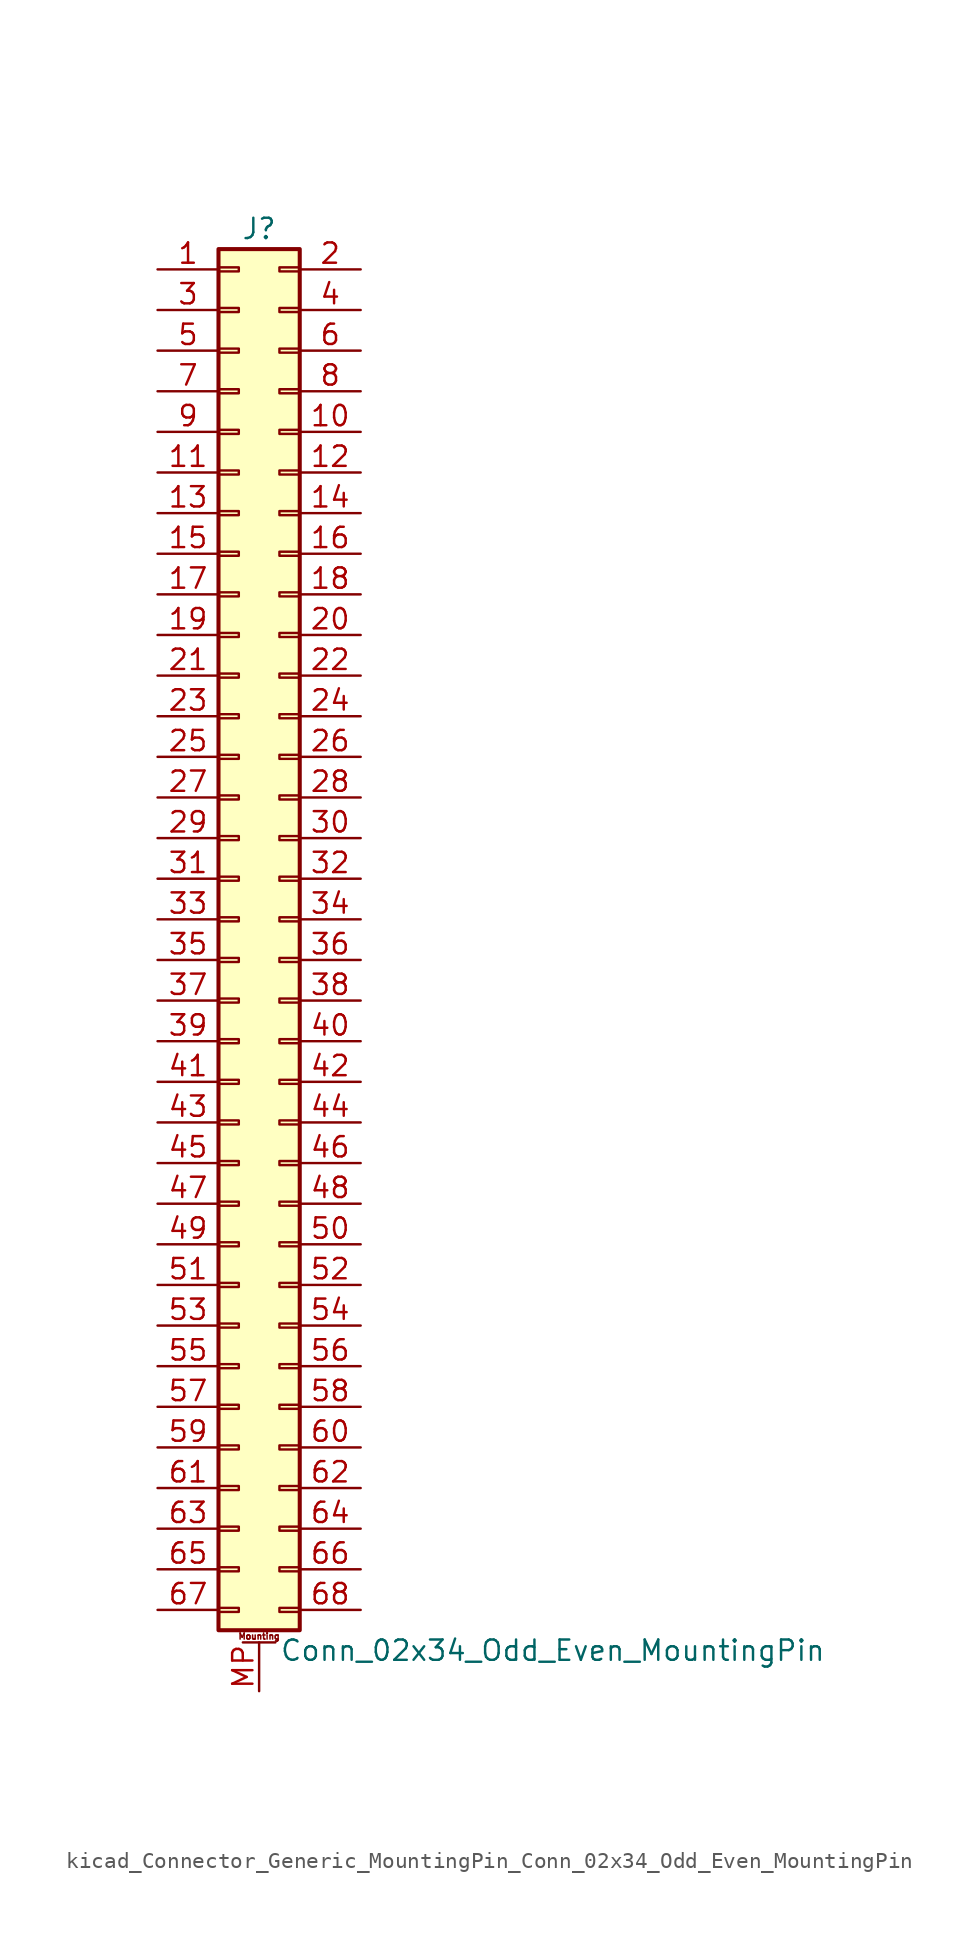
<source format=kicad_sym>
(kicad_symbol_lib
  (version 20220914)
  (generator kicad_symbol_editor)
  (symbol "kicad_Connector_Generic_MountingPin_Conn_02x34_Odd_Even_MountingPin"
    (pin_names
      (offset 1.016) hide)
    (property "Reference" "J"
      (at 1.27 43.18 0)
      (effects (font (size 1.27 1.27))))
    (property "Value" "Conn_02x34_Odd_Even_MountingPin"
      (at 2.54 -45.72 0)
      (effects (font (size 1.27 1.27)) (justify left)))
    (symbol "kicad_Connector_Generic_MountingPin_Conn_02x34_Odd_Even_MountingPin_1_1"
      (rectangle (start -1.27 -43.053) (end 0 -43.307) (stroke (width 0.152) (type default)) (fill (type none)))
      (rectangle (start -1.27 -40.513) (end 0 -40.767) (stroke (width 0.152) (type default)) (fill (type none)))
      (rectangle (start -1.27 -37.973) (end 0 -38.227) (stroke (width 0.152) (type default)) (fill (type none)))
      (rectangle (start -1.27 -35.433) (end 0 -35.687) (stroke (width 0.152) (type default)) (fill (type none)))
      (rectangle (start -1.27 -32.893) (end 0 -33.147) (stroke (width 0.152) (type default)) (fill (type none)))
      (rectangle (start -1.27 -30.353) (end 0 -30.607) (stroke (width 0.152) (type default)) (fill (type none)))
      (rectangle (start -1.27 -27.813) (end 0 -28.067) (stroke (width 0.152) (type default)) (fill (type none)))
      (rectangle (start -1.27 -25.273) (end 0 -25.527) (stroke (width 0.152) (type default)) (fill (type none)))
      (rectangle (start -1.27 -22.733) (end 0 -22.987) (stroke (width 0.152) (type default)) (fill (type none)))
      (rectangle (start -1.27 -20.193) (end 0 -20.447) (stroke (width 0.152) (type default)) (fill (type none)))
      (rectangle (start -1.27 -17.653) (end 0 -17.907) (stroke (width 0.152) (type default)) (fill (type none)))
      (rectangle (start -1.27 -15.113) (end 0 -15.367) (stroke (width 0.152) (type default)) (fill (type none)))
      (rectangle (start -1.27 -12.573) (end 0 -12.827) (stroke (width 0.152) (type default)) (fill (type none)))
      (rectangle (start -1.27 -10.033) (end 0 -10.287) (stroke (width 0.152) (type default)) (fill (type none)))
      (rectangle (start -1.27 -7.493) (end 0 -7.747) (stroke (width 0.152) (type default)) (fill (type none)))
      (rectangle (start -1.27 -4.953) (end 0 -5.207) (stroke (width 0.152) (type default)) (fill (type none)))
      (rectangle (start -1.27 -2.413) (end 0 -2.667) (stroke (width 0.152) (type default)) (fill (type none)))
      (rectangle (start -1.27 0.127) (end 0 -0.127) (stroke (width 0.152) (type default)) (fill (type none)))
      (rectangle (start -1.27 2.667) (end 0 2.413) (stroke (width 0.152) (type default)) (fill (type none)))
      (rectangle (start -1.27 5.207) (end 0 4.953) (stroke (width 0.152) (type default)) (fill (type none)))
      (rectangle (start -1.27 7.747) (end 0 7.493) (stroke (width 0.152) (type default)) (fill (type none)))
      (rectangle (start -1.27 10.287) (end 0 10.033) (stroke (width 0.152) (type default)) (fill (type none)))
      (rectangle (start -1.27 12.827) (end 0 12.573) (stroke (width 0.152) (type default)) (fill (type none)))
      (rectangle (start -1.27 15.367) (end 0 15.113) (stroke (width 0.152) (type default)) (fill (type none)))
      (rectangle (start -1.27 17.907) (end 0 17.653) (stroke (width 0.152) (type default)) (fill (type none)))
      (rectangle (start -1.27 20.447) (end 0 20.193) (stroke (width 0.152) (type default)) (fill (type none)))
      (rectangle (start -1.27 22.987) (end 0 22.733) (stroke (width 0.152) (type default)) (fill (type none)))
      (rectangle (start -1.27 25.527) (end 0 25.273) (stroke (width 0.152) (type default)) (fill (type none)))
      (rectangle (start -1.27 28.067) (end 0 27.813) (stroke (width 0.152) (type default)) (fill (type none)))
      (rectangle (start -1.27 30.607) (end 0 30.353) (stroke (width 0.152) (type default)) (fill (type none)))
      (rectangle (start -1.27 33.147) (end 0 32.893) (stroke (width 0.152) (type default)) (fill (type none)))
      (rectangle (start -1.27 35.687) (end 0 35.433) (stroke (width 0.152) (type default)) (fill (type none)))
      (rectangle (start -1.27 38.227) (end 0 37.973) (stroke (width 0.152) (type default)) (fill (type none)))
      (rectangle (start -1.27 40.767) (end 0 40.513) (stroke (width 0.152) (type default)) (fill (type none)))
      (rectangle (start -1.27 41.91) (end 3.81 -44.45) (stroke (width 0.254) (type default)) (fill (type background)))
      (polyline (pts (xy 0.254 -45.212) (xy 2.286 -45.212)) (stroke (width 0.152) (type default)) (fill (type none)))
      (rectangle (start 3.81 -43.053) (end 2.54 -43.307) (stroke (width 0.152) (type default)) (fill (type none)))
      (rectangle (start 3.81 -40.513) (end 2.54 -40.767) (stroke (width 0.152) (type default)) (fill (type none)))
      (rectangle (start 3.81 -37.973) (end 2.54 -38.227) (stroke (width 0.152) (type default)) (fill (type none)))
      (rectangle (start 3.81 -35.433) (end 2.54 -35.687) (stroke (width 0.152) (type default)) (fill (type none)))
      (rectangle (start 3.81 -32.893) (end 2.54 -33.147) (stroke (width 0.152) (type default)) (fill (type none)))
      (rectangle (start 3.81 -30.353) (end 2.54 -30.607) (stroke (width 0.152) (type default)) (fill (type none)))
      (rectangle (start 3.81 -27.813) (end 2.54 -28.067) (stroke (width 0.152) (type default)) (fill (type none)))
      (rectangle (start 3.81 -25.273) (end 2.54 -25.527) (stroke (width 0.152) (type default)) (fill (type none)))
      (rectangle (start 3.81 -22.733) (end 2.54 -22.987) (stroke (width 0.152) (type default)) (fill (type none)))
      (rectangle (start 3.81 -20.193) (end 2.54 -20.447) (stroke (width 0.152) (type default)) (fill (type none)))
      (rectangle (start 3.81 -17.653) (end 2.54 -17.907) (stroke (width 0.152) (type default)) (fill (type none)))
      (rectangle (start 3.81 -15.113) (end 2.54 -15.367) (stroke (width 0.152) (type default)) (fill (type none)))
      (rectangle (start 3.81 -12.573) (end 2.54 -12.827) (stroke (width 0.152) (type default)) (fill (type none)))
      (rectangle (start 3.81 -10.033) (end 2.54 -10.287) (stroke (width 0.152) (type default)) (fill (type none)))
      (rectangle (start 3.81 -7.493) (end 2.54 -7.747) (stroke (width 0.152) (type default)) (fill (type none)))
      (rectangle (start 3.81 -4.953) (end 2.54 -5.207) (stroke (width 0.152) (type default)) (fill (type none)))
      (rectangle (start 3.81 -2.413) (end 2.54 -2.667) (stroke (width 0.152) (type default)) (fill (type none)))
      (rectangle (start 3.81 0.127) (end 2.54 -0.127) (stroke (width 0.152) (type default)) (fill (type none)))
      (rectangle (start 3.81 2.667) (end 2.54 2.413) (stroke (width 0.152) (type default)) (fill (type none)))
      (rectangle (start 3.81 5.207) (end 2.54 4.953) (stroke (width 0.152) (type default)) (fill (type none)))
      (rectangle (start 3.81 7.747) (end 2.54 7.493) (stroke (width 0.152) (type default)) (fill (type none)))
      (rectangle (start 3.81 10.287) (end 2.54 10.033) (stroke (width 0.152) (type default)) (fill (type none)))
      (rectangle (start 3.81 12.827) (end 2.54 12.573) (stroke (width 0.152) (type default)) (fill (type none)))
      (rectangle (start 3.81 15.367) (end 2.54 15.113) (stroke (width 0.152) (type default)) (fill (type none)))
      (rectangle (start 3.81 17.907) (end 2.54 17.653) (stroke (width 0.152) (type default)) (fill (type none)))
      (rectangle (start 3.81 20.447) (end 2.54 20.193) (stroke (width 0.152) (type default)) (fill (type none)))
      (rectangle (start 3.81 22.987) (end 2.54 22.733) (stroke (width 0.152) (type default)) (fill (type none)))
      (rectangle (start 3.81 25.527) (end 2.54 25.273) (stroke (width 0.152) (type default)) (fill (type none)))
      (rectangle (start 3.81 28.067) (end 2.54 27.813) (stroke (width 0.152) (type default)) (fill (type none)))
      (rectangle (start 3.81 30.607) (end 2.54 30.353) (stroke (width 0.152) (type default)) (fill (type none)))
      (rectangle (start 3.81 33.147) (end 2.54 32.893) (stroke (width 0.152) (type default)) (fill (type none)))
      (rectangle (start 3.81 35.687) (end 2.54 35.433) (stroke (width 0.152) (type default)) (fill (type none)))
      (rectangle (start 3.81 38.227) (end 2.54 37.973) (stroke (width 0.152) (type default)) (fill (type none)))
      (rectangle (start 3.81 40.767) (end 2.54 40.513) (stroke (width 0.152) (type default)) (fill (type none)))
      (text "Mounting" (at 1.27 -44.831 0) (effects (font (size 0.381 0.381))))
      (pin passive line (at -5.08 40.64 0) (length 3.81) (name "Pin_1" (effects (font (size 1.27 1.27)))) (number "1" (effects (font (size 1.27 1.27)))))
      (pin passive line (at 7.62 30.48 180) (length 3.81) (name "Pin_10" (effects (font (size 1.27 1.27)))) (number "10" (effects (font (size 1.27 1.27)))))
      (pin passive line (at -5.08 27.94 0) (length 3.81) (name "Pin_11" (effects (font (size 1.27 1.27)))) (number "11" (effects (font (size 1.27 1.27)))))
      (pin passive line (at 7.62 27.94 180) (length 3.81) (name "Pin_12" (effects (font (size 1.27 1.27)))) (number "12" (effects (font (size 1.27 1.27)))))
      (pin passive line (at -5.08 25.4 0) (length 3.81) (name "Pin_13" (effects (font (size 1.27 1.27)))) (number "13" (effects (font (size 1.27 1.27)))))
      (pin passive line (at 7.62 25.4 180) (length 3.81) (name "Pin_14" (effects (font (size 1.27 1.27)))) (number "14" (effects (font (size 1.27 1.27)))))
      (pin passive line (at -5.08 22.86 0) (length 3.81) (name "Pin_15" (effects (font (size 1.27 1.27)))) (number "15" (effects (font (size 1.27 1.27)))))
      (pin passive line (at 7.62 22.86 180) (length 3.81) (name "Pin_16" (effects (font (size 1.27 1.27)))) (number "16" (effects (font (size 1.27 1.27)))))
      (pin passive line (at -5.08 20.32 0) (length 3.81) (name "Pin_17" (effects (font (size 1.27 1.27)))) (number "17" (effects (font (size 1.27 1.27)))))
      (pin passive line (at 7.62 20.32 180) (length 3.81) (name "Pin_18" (effects (font (size 1.27 1.27)))) (number "18" (effects (font (size 1.27 1.27)))))
      (pin passive line (at -5.08 17.78 0) (length 3.81) (name "Pin_19" (effects (font (size 1.27 1.27)))) (number "19" (effects (font (size 1.27 1.27)))))
      (pin passive line (at 7.62 40.64 180) (length 3.81) (name "Pin_2" (effects (font (size 1.27 1.27)))) (number "2" (effects (font (size 1.27 1.27)))))
      (pin passive line (at 7.62 17.78 180) (length 3.81) (name "Pin_20" (effects (font (size 1.27 1.27)))) (number "20" (effects (font (size 1.27 1.27)))))
      (pin passive line (at -5.08 15.24 0) (length 3.81) (name "Pin_21" (effects (font (size 1.27 1.27)))) (number "21" (effects (font (size 1.27 1.27)))))
      (pin passive line (at 7.62 15.24 180) (length 3.81) (name "Pin_22" (effects (font (size 1.27 1.27)))) (number "22" (effects (font (size 1.27 1.27)))))
      (pin passive line (at -5.08 12.7 0) (length 3.81) (name "Pin_23" (effects (font (size 1.27 1.27)))) (number "23" (effects (font (size 1.27 1.27)))))
      (pin passive line (at 7.62 12.7 180) (length 3.81) (name "Pin_24" (effects (font (size 1.27 1.27)))) (number "24" (effects (font (size 1.27 1.27)))))
      (pin passive line (at -5.08 10.16 0) (length 3.81) (name "Pin_25" (effects (font (size 1.27 1.27)))) (number "25" (effects (font (size 1.27 1.27)))))
      (pin passive line (at 7.62 10.16 180) (length 3.81) (name "Pin_26" (effects (font (size 1.27 1.27)))) (number "26" (effects (font (size 1.27 1.27)))))
      (pin passive line (at -5.08 7.62 0) (length 3.81) (name "Pin_27" (effects (font (size 1.27 1.27)))) (number "27" (effects (font (size 1.27 1.27)))))
      (pin passive line (at 7.62 7.62 180) (length 3.81) (name "Pin_28" (effects (font (size 1.27 1.27)))) (number "28" (effects (font (size 1.27 1.27)))))
      (pin passive line (at -5.08 5.08 0) (length 3.81) (name "Pin_29" (effects (font (size 1.27 1.27)))) (number "29" (effects (font (size 1.27 1.27)))))
      (pin passive line (at -5.08 38.1 0) (length 3.81) (name "Pin_3" (effects (font (size 1.27 1.27)))) (number "3" (effects (font (size 1.27 1.27)))))
      (pin passive line (at 7.62 5.08 180) (length 3.81) (name "Pin_30" (effects (font (size 1.27 1.27)))) (number "30" (effects (font (size 1.27 1.27)))))
      (pin passive line (at -5.08 2.54 0) (length 3.81) (name "Pin_31" (effects (font (size 1.27 1.27)))) (number "31" (effects (font (size 1.27 1.27)))))
      (pin passive line (at 7.62 2.54 180) (length 3.81) (name "Pin_32" (effects (font (size 1.27 1.27)))) (number "32" (effects (font (size 1.27 1.27)))))
      (pin passive line (at -5.08 0 0) (length 3.81) (name "Pin_33" (effects (font (size 1.27 1.27)))) (number "33" (effects (font (size 1.27 1.27)))))
      (pin passive line (at 7.62 0 180) (length 3.81) (name "Pin_34" (effects (font (size 1.27 1.27)))) (number "34" (effects (font (size 1.27 1.27)))))
      (pin passive line (at -5.08 -2.54 0) (length 3.81) (name "Pin_35" (effects (font (size 1.27 1.27)))) (number "35" (effects (font (size 1.27 1.27)))))
      (pin passive line (at 7.62 -2.54 180) (length 3.81) (name "Pin_36" (effects (font (size 1.27 1.27)))) (number "36" (effects (font (size 1.27 1.27)))))
      (pin passive line (at -5.08 -5.08 0) (length 3.81) (name "Pin_37" (effects (font (size 1.27 1.27)))) (number "37" (effects (font (size 1.27 1.27)))))
      (pin passive line (at 7.62 -5.08 180) (length 3.81) (name "Pin_38" (effects (font (size 1.27 1.27)))) (number "38" (effects (font (size 1.27 1.27)))))
      (pin passive line (at -5.08 -7.62 0) (length 3.81) (name "Pin_39" (effects (font (size 1.27 1.27)))) (number "39" (effects (font (size 1.27 1.27)))))
      (pin passive line (at 7.62 38.1 180) (length 3.81) (name "Pin_4" (effects (font (size 1.27 1.27)))) (number "4" (effects (font (size 1.27 1.27)))))
      (pin passive line (at 7.62 -7.62 180) (length 3.81) (name "Pin_40" (effects (font (size 1.27 1.27)))) (number "40" (effects (font (size 1.27 1.27)))))
      (pin passive line (at -5.08 -10.16 0) (length 3.81) (name "Pin_41" (effects (font (size 1.27 1.27)))) (number "41" (effects (font (size 1.27 1.27)))))
      (pin passive line (at 7.62 -10.16 180) (length 3.81) (name "Pin_42" (effects (font (size 1.27 1.27)))) (number "42" (effects (font (size 1.27 1.27)))))
      (pin passive line (at -5.08 -12.7 0) (length 3.81) (name "Pin_43" (effects (font (size 1.27 1.27)))) (number "43" (effects (font (size 1.27 1.27)))))
      (pin passive line (at 7.62 -12.7 180) (length 3.81) (name "Pin_44" (effects (font (size 1.27 1.27)))) (number "44" (effects (font (size 1.27 1.27)))))
      (pin passive line (at -5.08 -15.24 0) (length 3.81) (name "Pin_45" (effects (font (size 1.27 1.27)))) (number "45" (effects (font (size 1.27 1.27)))))
      (pin passive line (at 7.62 -15.24 180) (length 3.81) (name "Pin_46" (effects (font (size 1.27 1.27)))) (number "46" (effects (font (size 1.27 1.27)))))
      (pin passive line (at -5.08 -17.78 0) (length 3.81) (name "Pin_47" (effects (font (size 1.27 1.27)))) (number "47" (effects (font (size 1.27 1.27)))))
      (pin passive line (at 7.62 -17.78 180) (length 3.81) (name "Pin_48" (effects (font (size 1.27 1.27)))) (number "48" (effects (font (size 1.27 1.27)))))
      (pin passive line (at -5.08 -20.32 0) (length 3.81) (name "Pin_49" (effects (font (size 1.27 1.27)))) (number "49" (effects (font (size 1.27 1.27)))))
      (pin passive line (at -5.08 35.56 0) (length 3.81) (name "Pin_5" (effects (font (size 1.27 1.27)))) (number "5" (effects (font (size 1.27 1.27)))))
      (pin passive line (at 7.62 -20.32 180) (length 3.81) (name "Pin_50" (effects (font (size 1.27 1.27)))) (number "50" (effects (font (size 1.27 1.27)))))
      (pin passive line (at -5.08 -22.86 0) (length 3.81) (name "Pin_51" (effects (font (size 1.27 1.27)))) (number "51" (effects (font (size 1.27 1.27)))))
      (pin passive line (at 7.62 -22.86 180) (length 3.81) (name "Pin_52" (effects (font (size 1.27 1.27)))) (number "52" (effects (font (size 1.27 1.27)))))
      (pin passive line (at -5.08 -25.4 0) (length 3.81) (name "Pin_53" (effects (font (size 1.27 1.27)))) (number "53" (effects (font (size 1.27 1.27)))))
      (pin passive line (at 7.62 -25.4 180) (length 3.81) (name "Pin_54" (effects (font (size 1.27 1.27)))) (number "54" (effects (font (size 1.27 1.27)))))
      (pin passive line (at -5.08 -27.94 0) (length 3.81) (name "Pin_55" (effects (font (size 1.27 1.27)))) (number "55" (effects (font (size 1.27 1.27)))))
      (pin passive line (at 7.62 -27.94 180) (length 3.81) (name "Pin_56" (effects (font (size 1.27 1.27)))) (number "56" (effects (font (size 1.27 1.27)))))
      (pin passive line (at -5.08 -30.48 0) (length 3.81) (name "Pin_57" (effects (font (size 1.27 1.27)))) (number "57" (effects (font (size 1.27 1.27)))))
      (pin passive line (at 7.62 -30.48 180) (length 3.81) (name "Pin_58" (effects (font (size 1.27 1.27)))) (number "58" (effects (font (size 1.27 1.27)))))
      (pin passive line (at -5.08 -33.02 0) (length 3.81) (name "Pin_59" (effects (font (size 1.27 1.27)))) (number "59" (effects (font (size 1.27 1.27)))))
      (pin passive line (at 7.62 35.56 180) (length 3.81) (name "Pin_6" (effects (font (size 1.27 1.27)))) (number "6" (effects (font (size 1.27 1.27)))))
      (pin passive line (at 7.62 -33.02 180) (length 3.81) (name "Pin_60" (effects (font (size 1.27 1.27)))) (number "60" (effects (font (size 1.27 1.27)))))
      (pin passive line (at -5.08 -35.56 0) (length 3.81) (name "Pin_61" (effects (font (size 1.27 1.27)))) (number "61" (effects (font (size 1.27 1.27)))))
      (pin passive line (at 7.62 -35.56 180) (length 3.81) (name "Pin_62" (effects (font (size 1.27 1.27)))) (number "62" (effects (font (size 1.27 1.27)))))
      (pin passive line (at -5.08 -38.1 0) (length 3.81) (name "Pin_63" (effects (font (size 1.27 1.27)))) (number "63" (effects (font (size 1.27 1.27)))))
      (pin passive line (at 7.62 -38.1 180) (length 3.81) (name "Pin_64" (effects (font (size 1.27 1.27)))) (number "64" (effects (font (size 1.27 1.27)))))
      (pin passive line (at -5.08 -40.64 0) (length 3.81) (name "Pin_65" (effects (font (size 1.27 1.27)))) (number "65" (effects (font (size 1.27 1.27)))))
      (pin passive line (at 7.62 -40.64 180) (length 3.81) (name "Pin_66" (effects (font (size 1.27 1.27)))) (number "66" (effects (font (size 1.27 1.27)))))
      (pin passive line (at -5.08 -43.18 0) (length 3.81) (name "Pin_67" (effects (font (size 1.27 1.27)))) (number "67" (effects (font (size 1.27 1.27)))))
      (pin passive line (at 7.62 -43.18 180) (length 3.81) (name "Pin_68" (effects (font (size 1.27 1.27)))) (number "68" (effects (font (size 1.27 1.27)))))
      (pin passive line (at -5.08 33.02 0) (length 3.81) (name "Pin_7" (effects (font (size 1.27 1.27)))) (number "7" (effects (font (size 1.27 1.27)))))
      (pin passive line (at 7.62 33.02 180) (length 3.81) (name "Pin_8" (effects (font (size 1.27 1.27)))) (number "8" (effects (font (size 1.27 1.27)))))
      (pin passive line (at -5.08 30.48 0) (length 3.81) (name "Pin_9" (effects (font (size 1.27 1.27)))) (number "9" (effects (font (size 1.27 1.27)))))
      (pin passive line (at 1.27 -48.26 90) (length 3.048) (name "MountPin" (effects (font (size 1.27 1.27)))) (number "MP" (effects (font (size 1.27 1.27))))))))
</source>
